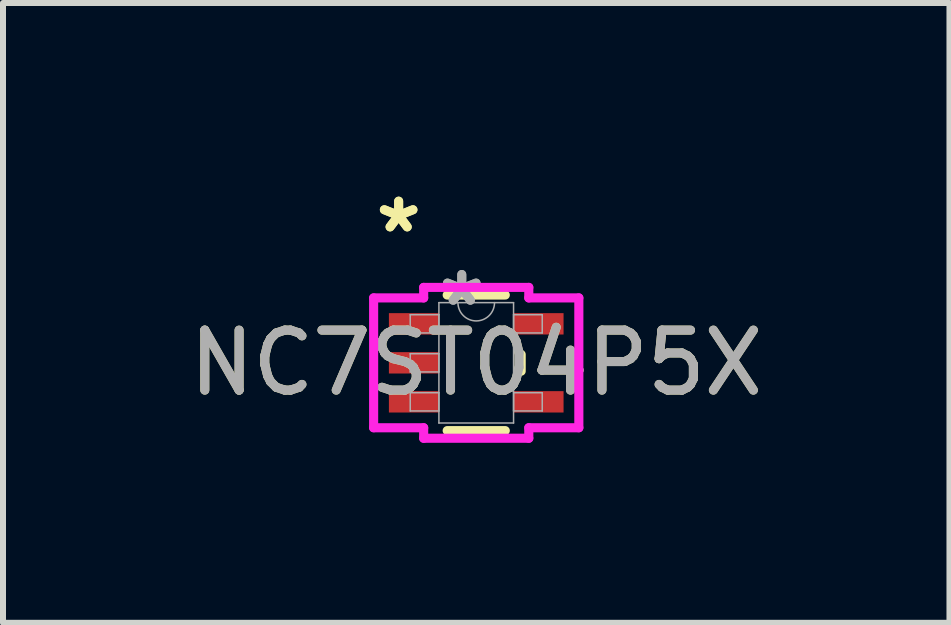
<source format=kicad_pcb>
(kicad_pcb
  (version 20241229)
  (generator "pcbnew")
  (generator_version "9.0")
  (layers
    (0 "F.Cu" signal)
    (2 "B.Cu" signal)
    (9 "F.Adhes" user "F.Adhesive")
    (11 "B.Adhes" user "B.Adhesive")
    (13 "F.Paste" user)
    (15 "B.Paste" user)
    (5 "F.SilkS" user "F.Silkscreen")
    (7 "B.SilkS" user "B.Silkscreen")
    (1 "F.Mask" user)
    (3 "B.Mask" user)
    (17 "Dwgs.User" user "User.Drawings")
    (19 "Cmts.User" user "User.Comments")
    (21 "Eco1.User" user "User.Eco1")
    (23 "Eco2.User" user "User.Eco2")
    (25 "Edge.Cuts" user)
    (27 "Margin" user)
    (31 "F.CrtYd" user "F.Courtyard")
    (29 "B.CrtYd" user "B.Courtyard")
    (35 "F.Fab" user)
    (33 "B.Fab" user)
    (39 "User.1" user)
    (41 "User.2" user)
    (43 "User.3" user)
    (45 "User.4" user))
  (footprint "NC7ST04P5X"
    (layer "F.Cu")
    (at 4.887 2.997)
    (property "Reference" "NC7ST04P5X" (at 0 0 0) (unlocked yes) (layer "F.SilkS") (effects (font (size 1 1) (thickness 0.15))))
    (attr smd)
    (fp_line (start -0.484 1.13) (end 0.484 1.13) (stroke (width 0.152) (type solid)) (layer "F.SilkS"))
    (fp_line (start 0.484 -1.13) (end -0.484 -1.13) (stroke (width 0.152) (type solid)) (layer "F.SilkS"))
    (fp_line (start 0.749 0.139) (end 0.749 -0.139) (stroke (width 0.152) (type solid)) (layer "F.SilkS"))
    (fp_line (start -1.71 -1.082) (end -0.876 -1.082) (stroke (width 0.152) (type solid)) (layer "F.CrtYd"))
    (fp_line (start -1.71 1.082) (end -1.71 -1.082) (stroke (width 0.152) (type solid)) (layer "F.CrtYd"))
    (fp_line (start -1.71 1.082) (end -0.876 1.082) (stroke (width 0.152) (type solid)) (layer "F.CrtYd"))
    (fp_line (start -0.876 -1.257) (end 0.876 -1.257) (stroke (width 0.152) (type solid)) (layer "F.CrtYd"))
    (fp_line (start -0.876 -1.082) (end -0.876 -1.257) (stroke (width 0.152) (type solid)) (layer "F.CrtYd"))
    (fp_line (start -0.876 1.257) (end -0.876 1.082) (stroke (width 0.152) (type solid)) (layer "F.CrtYd"))
    (fp_line (start 0.876 -1.257) (end 0.876 -1.082) (stroke (width 0.152) (type solid)) (layer "F.CrtYd"))
    (fp_line (start 0.876 1.082) (end 0.876 1.257) (stroke (width 0.152) (type solid)) (layer "F.CrtYd"))
    (fp_line (start 0.876 1.257) (end -0.876 1.257) (stroke (width 0.152) (type solid)) (layer "F.CrtYd"))
    (fp_line (start 1.71 -1.082) (end 0.876 -1.082) (stroke (width 0.152) (type solid)) (layer "F.CrtYd"))
    (fp_line (start 1.71 -1.082) (end 1.71 1.082) (stroke (width 0.152) (type solid)) (layer "F.CrtYd"))
    (fp_line (start 1.71 1.082) (end 0.876 1.082) (stroke (width 0.152) (type solid)) (layer "F.CrtYd"))
    (fp_line (start -1.1 -0.802) (end -1.1 -0.498) (stroke (width 0.025) (type solid)) (layer "F.Fab"))
    (fp_line (start -1.1 -0.498) (end -0.622 -0.498) (stroke (width 0.025) (type solid)) (layer "F.Fab"))
    (fp_line (start -1.1 -0.152) (end -1.1 0.152) (stroke (width 0.025) (type solid)) (layer "F.Fab"))
    (fp_line (start -1.1 0.152) (end -0.622 0.152) (stroke (width 0.025) (type solid)) (layer "F.Fab"))
    (fp_line (start -1.1 0.498) (end -1.1 0.802) (stroke (width 0.025) (type solid)) (layer "F.Fab"))
    (fp_line (start -1.1 0.802) (end -0.622 0.802) (stroke (width 0.025) (type solid)) (layer "F.Fab"))
    (fp_line (start -0.622 -1.003) (end -0.622 1.003) (stroke (width 0.025) (type solid)) (layer "F.Fab"))
    (fp_line (start -0.622 -0.802) (end -1.1 -0.802) (stroke (width 0.025) (type solid)) (layer "F.Fab"))
    (fp_line (start -0.622 -0.498) (end -0.622 -0.802) (stroke (width 0.025) (type solid)) (layer "F.Fab"))
    (fp_line (start -0.622 -0.152) (end -1.1 -0.152) (stroke (width 0.025) (type solid)) (layer "F.Fab"))
    (fp_line (start -0.622 0.152) (end -0.622 -0.152) (stroke (width 0.025) (type solid)) (layer "F.Fab"))
    (fp_line (start -0.622 0.498) (end -1.1 0.498) (stroke (width 0.025) (type solid)) (layer "F.Fab"))
    (fp_line (start -0.622 0.802) (end -0.622 0.498) (stroke (width 0.025) (type solid)) (layer "F.Fab"))
    (fp_line (start -0.622 1.003) (end 0.622 1.003) (stroke (width 0.025) (type solid)) (layer "F.Fab"))
    (fp_line (start 0.622 -1.003) (end -0.622 -1.003) (stroke (width 0.025) (type solid)) (layer "F.Fab"))
    (fp_line (start 0.622 -0.802) (end 0.622 -0.498) (stroke (width 0.025) (type solid)) (layer "F.Fab"))
    (fp_line (start 0.622 -0.498) (end 1.1 -0.498) (stroke (width 0.025) (type solid)) (layer "F.Fab"))
    (fp_line (start 0.622 0.498) (end 0.622 0.802) (stroke (width 0.025) (type solid)) (layer "F.Fab"))
    (fp_line (start 0.622 0.802) (end 1.1 0.802) (stroke (width 0.025) (type solid)) (layer "F.Fab"))
    (fp_line (start 0.622 1.003) (end 0.622 -1.003) (stroke (width 0.025) (type solid)) (layer "F.Fab"))
    (fp_line (start 1.1 -0.802) (end 0.622 -0.802) (stroke (width 0.025) (type solid)) (layer "F.Fab"))
    (fp_line (start 1.1 -0.498) (end 1.1 -0.802) (stroke (width 0.025) (type solid)) (layer "F.Fab"))
    (fp_line (start 1.1 0.498) (end 0.622 0.498) (stroke (width 0.025) (type solid)) (layer "F.Fab"))
    (fp_line (start 1.1 0.802) (end 1.1 0.498) (stroke (width 0.025) (type solid)) (layer "F.Fab"))
    (fp_arc (start 0.3048 -1.0033) (mid 0 -0.6985) (end -0.3048 -1.0033) (stroke (width 0.0254) (type solid)) (layer "F.Fab"))
    (fp_text user "*" (at -1.293 -2.149 0) (layer "F.SilkS") (effects (font (size 1 1) (thickness 0.15))))
    (fp_text user "*" (at -1.293 -2.149 0) (unlocked yes) (layer "F.SilkS") (effects (font (size 1 1) (thickness 0.15))))
    (fp_text user "*" (at -0.241 -0.927 0) (unlocked yes) (layer "F.Fab") (effects (font (size 1 1) (thickness 0.15))))
    (fp_text user "${REFERENCE}" (at 0 0 0) (unlocked yes) (layer "F.Fab") (effects (font (size 1 1) (thickness 0.15))))
    (fp_text user "*" (at -0.241 -0.927 0) (layer "F.Fab") (effects (font (size 1 1) (thickness 0.15))))
    (pad "1" smd rect (at -1.039 -0.65) (size 0.833 0.356) (layers "F.Cu" "F.Mask" "F.Paste"))
    (pad "2" smd rect (at -1.039 0) (size 0.833 0.356) (layers "F.Cu" "F.Mask" "F.Paste"))
    (pad "3" smd rect (at -1.039 0.65) (size 0.833 0.356) (layers "F.Cu" "F.Mask" "F.Paste"))
    (pad "4" smd rect (at 1.039 0.65) (size 0.833 0.356) (layers "F.Cu" "F.Mask" "F.Paste"))
    (pad "5" smd rect (at 1.039 -0.65) (size 0.833 0.356) (layers "F.Cu" "F.Mask" "F.Paste")))
  (gr_rect
    (start -3 -3)
    (end 12.774 7.33)
    (stroke (width 0.1) (type default))
    (fill no)
    (layer "Edge.Cuts")))
</source>
